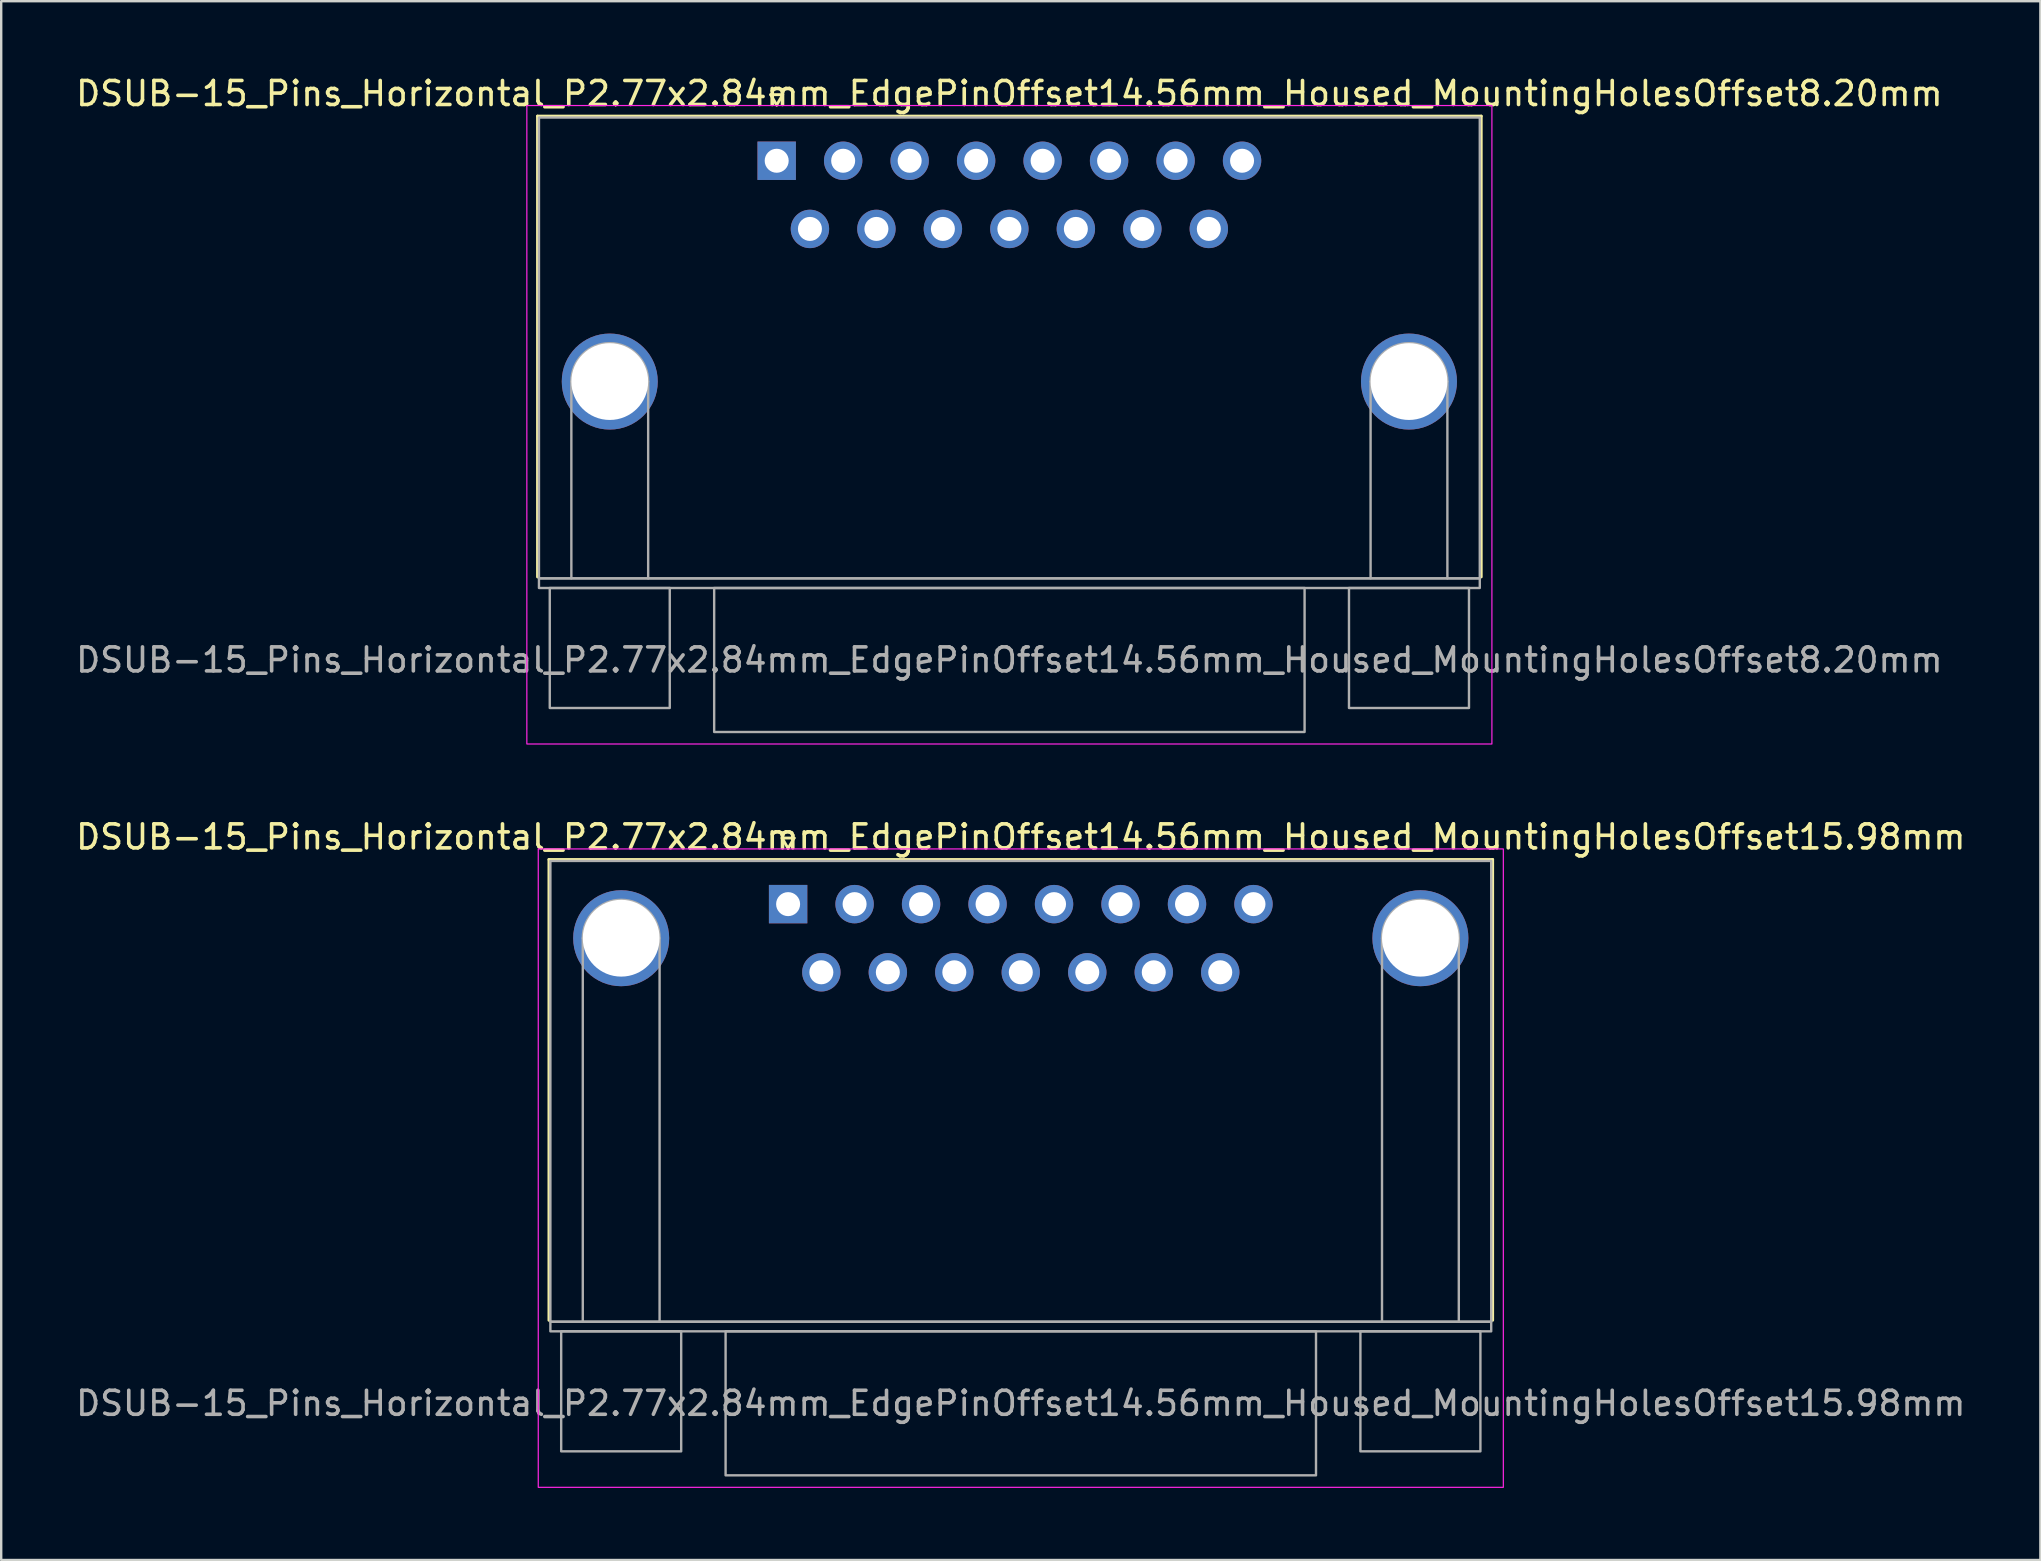
<source format=kicad_pcb>
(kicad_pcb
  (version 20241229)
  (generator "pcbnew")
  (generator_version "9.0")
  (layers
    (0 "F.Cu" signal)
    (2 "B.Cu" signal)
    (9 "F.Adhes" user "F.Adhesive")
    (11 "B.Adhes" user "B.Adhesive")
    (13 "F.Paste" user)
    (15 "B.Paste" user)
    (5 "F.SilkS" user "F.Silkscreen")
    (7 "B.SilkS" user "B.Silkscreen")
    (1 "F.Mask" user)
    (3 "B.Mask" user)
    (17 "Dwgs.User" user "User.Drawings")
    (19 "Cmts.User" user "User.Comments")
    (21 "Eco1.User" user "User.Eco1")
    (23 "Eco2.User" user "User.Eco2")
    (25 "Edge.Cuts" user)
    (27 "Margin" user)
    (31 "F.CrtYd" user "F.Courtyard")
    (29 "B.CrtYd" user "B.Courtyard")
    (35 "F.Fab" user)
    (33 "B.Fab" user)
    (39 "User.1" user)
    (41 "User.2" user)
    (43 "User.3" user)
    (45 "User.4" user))
  (footprint "DSUB-15_Pins_Horizontal_P2.77x2.84mm_EdgePinOffset14.56mm_Housed_MountingHolesOffset15.98mm"
    (layer "F.Cu")
    (at 29.787 34.621)
    (property "Reference" "DSUB-15_Pins_Horizontal_P2.77x2.84mm_EdgePinOffset14.56mm_Housed_MountingHolesOffset15.98mm" (at 9.695 -2.8 0) (layer "F.SilkS") (effects (font (size 1 1) (thickness 0.15))))
    (attr through_hole)
    (fp_line (start -9.965 -1.86) (end 29.355 -1.86) (stroke (width 0.12) (type solid)) (layer "F.SilkS"))
    (fp_line (start -9.965 17.34) (end -9.965 -1.86) (stroke (width 0.12) (type solid)) (layer "F.SilkS"))
    (fp_line (start -0.25 -2.754) (end 0.25 -2.754) (stroke (width 0.12) (type solid)) (layer "F.SilkS"))
    (fp_line (start 0 -2.321) (end -0.25 -2.754) (stroke (width 0.12) (type solid)) (layer "F.SilkS"))
    (fp_line (start 0.25 -2.754) (end 0 -2.321) (stroke (width 0.12) (type solid)) (layer "F.SilkS"))
    (fp_line (start 29.355 -1.86) (end 29.355 17.34) (stroke (width 0.12) (type solid)) (layer "F.SilkS"))
    (fp_rect (start -10.41 -2.3) (end 29.8 24.3) (stroke (width 0.05) (type solid)) (fill no) (layer "F.CrtYd"))
    (fp_line (start -8.555 17.4) (end -8.555 1.42) (stroke (width 0.1) (type solid)) (layer "F.Fab"))
    (fp_line (start -5.355 17.4) (end -5.355 1.42) (stroke (width 0.1) (type solid)) (layer "F.Fab"))
    (fp_line (start 24.745 17.4) (end 24.745 1.42) (stroke (width 0.1) (type solid)) (layer "F.Fab"))
    (fp_line (start 27.945 17.4) (end 27.945 1.42) (stroke (width 0.1) (type solid)) (layer "F.Fab"))
    (fp_rect (start -9.905 -1.8) (end 29.295 17.4) (stroke (width 0.1) (type solid)) (fill no) (layer "F.Fab"))
    (fp_rect (start -9.905 17.4) (end 29.295 17.8) (stroke (width 0.1) (type solid)) (fill no) (layer "F.Fab"))
    (fp_rect (start -9.455 17.8) (end -4.455 22.8) (stroke (width 0.1) (type solid)) (fill no) (layer "F.Fab"))
    (fp_rect (start -2.605 17.8) (end 21.995 23.8) (stroke (width 0.1) (type solid)) (fill no) (layer "F.Fab"))
    (fp_rect (start 23.845 17.8) (end 28.845 22.8) (stroke (width 0.1) (type solid)) (fill no) (layer "F.Fab"))
    (fp_arc (start -8.555 1.42) (mid -6.955 -0.18) (end -5.355 1.42) (stroke (width 0.1) (type solid)) (layer "F.Fab"))
    (fp_arc (start 24.745 1.42) (mid 26.345 -0.18) (end 27.945 1.42) (stroke (width 0.1) (type solid)) (layer "F.Fab"))
    (fp_text user "${REFERENCE}" (at 9.695 20.8 0) (layer "F.Fab") (effects (font (size 1 1) (thickness 0.15))))
    (pad "1" thru_hole rect (at 0 0) (size 1.6 1.6) (drill 1) (layers "*.Cu" "*.Mask"))
    (pad "2" thru_hole circle (at 2.77 0) (size 1.6 1.6) (drill 1) (layers "*.Cu" "*.Mask"))
    (pad "3" thru_hole circle (at 5.54 0) (size 1.6 1.6) (drill 1) (layers "*.Cu" "*.Mask"))
    (pad "4" thru_hole circle (at 8.31 0) (size 1.6 1.6) (drill 1) (layers "*.Cu" "*.Mask"))
    (pad "5" thru_hole circle (at 11.08 0) (size 1.6 1.6) (drill 1) (layers "*.Cu" "*.Mask"))
    (pad "6" thru_hole circle (at 13.85 0) (size 1.6 1.6) (drill 1) (layers "*.Cu" "*.Mask"))
    (pad "7" thru_hole circle (at 16.62 0) (size 1.6 1.6) (drill 1) (layers "*.Cu" "*.Mask"))
    (pad "8" thru_hole circle (at 19.39 0) (size 1.6 1.6) (drill 1) (layers "*.Cu" "*.Mask"))
    (pad "9" thru_hole circle (at 1.385 2.84) (size 1.6 1.6) (drill 1) (layers "*.Cu" "*.Mask"))
    (pad "10" thru_hole circle (at 4.155 2.84) (size 1.6 1.6) (drill 1) (layers "*.Cu" "*.Mask"))
    (pad "11" thru_hole circle (at 6.925 2.84) (size 1.6 1.6) (drill 1) (layers "*.Cu" "*.Mask"))
    (pad "12" thru_hole circle (at 9.695 2.84) (size 1.6 1.6) (drill 1) (layers "*.Cu" "*.Mask"))
    (pad "13" thru_hole circle (at 12.465 2.84) (size 1.6 1.6) (drill 1) (layers "*.Cu" "*.Mask"))
    (pad "14" thru_hole circle (at 15.235 2.84) (size 1.6 1.6) (drill 1) (layers "*.Cu" "*.Mask"))
    (pad "15" thru_hole circle (at 18.005 2.84) (size 1.6 1.6) (drill 1) (layers "*.Cu" "*.Mask"))
    (pad "SH" thru_hole circle (at -6.955 1.42) (size 4 4) (drill 3.2) (layers "*.Cu" "*.Mask"))
    (pad "SH" thru_hole circle (at 26.345 1.42) (size 4 4) (drill 3.2) (layers "*.Cu" "*.Mask")))
  (footprint "DSUB-15_Pins_Horizontal_P2.77x2.84mm_EdgePinOffset14.56mm_Housed_MountingHolesOffset8.20mm"
    (layer "F.Cu")
    (at 29.311 3.648)
    (property "Reference" "DSUB-15_Pins_Horizontal_P2.77x2.84mm_EdgePinOffset14.56mm_Housed_MountingHolesOffset8.20mm" (at 9.695 -2.8 0) (layer "F.SilkS") (effects (font (size 1 1) (thickness 0.15))))
    (attr through_hole)
    (fp_line (start -9.965 -1.86) (end 29.355 -1.86) (stroke (width 0.12) (type solid)) (layer "F.SilkS"))
    (fp_line (start -9.965 17.34) (end -9.965 -1.86) (stroke (width 0.12) (type solid)) (layer "F.SilkS"))
    (fp_line (start -0.25 -2.754) (end 0.25 -2.754) (stroke (width 0.12) (type solid)) (layer "F.SilkS"))
    (fp_line (start 0 -2.321) (end -0.25 -2.754) (stroke (width 0.12) (type solid)) (layer "F.SilkS"))
    (fp_line (start 0.25 -2.754) (end 0 -2.321) (stroke (width 0.12) (type solid)) (layer "F.SilkS"))
    (fp_line (start 29.355 -1.86) (end 29.355 17.34) (stroke (width 0.12) (type solid)) (layer "F.SilkS"))
    (fp_rect (start -10.41 -2.3) (end 29.8 24.3) (stroke (width 0.05) (type solid)) (fill no) (layer "F.CrtYd"))
    (fp_line (start -8.555 17.4) (end -8.555 9.2) (stroke (width 0.1) (type solid)) (layer "F.Fab"))
    (fp_line (start -5.355 17.4) (end -5.355 9.2) (stroke (width 0.1) (type solid)) (layer "F.Fab"))
    (fp_line (start 24.745 17.4) (end 24.745 9.2) (stroke (width 0.1) (type solid)) (layer "F.Fab"))
    (fp_line (start 27.945 17.4) (end 27.945 9.2) (stroke (width 0.1) (type solid)) (layer "F.Fab"))
    (fp_rect (start -9.905 -1.8) (end 29.295 17.4) (stroke (width 0.1) (type solid)) (fill no) (layer "F.Fab"))
    (fp_rect (start -9.905 17.4) (end 29.295 17.8) (stroke (width 0.1) (type solid)) (fill no) (layer "F.Fab"))
    (fp_rect (start -9.455 17.8) (end -4.455 22.8) (stroke (width 0.1) (type solid)) (fill no) (layer "F.Fab"))
    (fp_rect (start -2.605 17.8) (end 21.995 23.8) (stroke (width 0.1) (type solid)) (fill no) (layer "F.Fab"))
    (fp_rect (start 23.845 17.8) (end 28.845 22.8) (stroke (width 0.1) (type solid)) (fill no) (layer "F.Fab"))
    (fp_arc (start -8.555 9.2) (mid -6.955 7.6) (end -5.355 9.2) (stroke (width 0.1) (type solid)) (layer "F.Fab"))
    (fp_arc (start 24.745 9.2) (mid 26.345 7.6) (end 27.945 9.2) (stroke (width 0.1) (type solid)) (layer "F.Fab"))
    (fp_text user "${REFERENCE}" (at 9.695 20.8 0) (layer "F.Fab") (effects (font (size 1 1) (thickness 0.15))))
    (pad "1" thru_hole rect (at 0 0) (size 1.6 1.6) (drill 1) (layers "*.Cu" "*.Mask"))
    (pad "2" thru_hole circle (at 2.77 0) (size 1.6 1.6) (drill 1) (layers "*.Cu" "*.Mask"))
    (pad "3" thru_hole circle (at 5.54 0) (size 1.6 1.6) (drill 1) (layers "*.Cu" "*.Mask"))
    (pad "4" thru_hole circle (at 8.31 0) (size 1.6 1.6) (drill 1) (layers "*.Cu" "*.Mask"))
    (pad "5" thru_hole circle (at 11.08 0) (size 1.6 1.6) (drill 1) (layers "*.Cu" "*.Mask"))
    (pad "6" thru_hole circle (at 13.85 0) (size 1.6 1.6) (drill 1) (layers "*.Cu" "*.Mask"))
    (pad "7" thru_hole circle (at 16.62 0) (size 1.6 1.6) (drill 1) (layers "*.Cu" "*.Mask"))
    (pad "8" thru_hole circle (at 19.39 0) (size 1.6 1.6) (drill 1) (layers "*.Cu" "*.Mask"))
    (pad "9" thru_hole circle (at 1.385 2.84) (size 1.6 1.6) (drill 1) (layers "*.Cu" "*.Mask"))
    (pad "10" thru_hole circle (at 4.155 2.84) (size 1.6 1.6) (drill 1) (layers "*.Cu" "*.Mask"))
    (pad "11" thru_hole circle (at 6.925 2.84) (size 1.6 1.6) (drill 1) (layers "*.Cu" "*.Mask"))
    (pad "12" thru_hole circle (at 9.695 2.84) (size 1.6 1.6) (drill 1) (layers "*.Cu" "*.Mask"))
    (pad "13" thru_hole circle (at 12.465 2.84) (size 1.6 1.6) (drill 1) (layers "*.Cu" "*.Mask"))
    (pad "14" thru_hole circle (at 15.235 2.84) (size 1.6 1.6) (drill 1) (layers "*.Cu" "*.Mask"))
    (pad "15" thru_hole circle (at 18.005 2.84) (size 1.6 1.6) (drill 1) (layers "*.Cu" "*.Mask"))
    (pad "SH" thru_hole circle (at -6.955 9.2) (size 4 4) (drill 3.2) (layers "*.Cu" "*.Mask"))
    (pad "SH" thru_hole circle (at 26.345 9.2) (size 4 4) (drill 3.2) (layers "*.Cu" "*.Mask")))
  (gr_rect
    (start -3 -3)
    (end 81.964 61.947)
    (stroke (width 0.1) (type default))
    (fill no)
    (layer "Edge.Cuts")))
</source>
